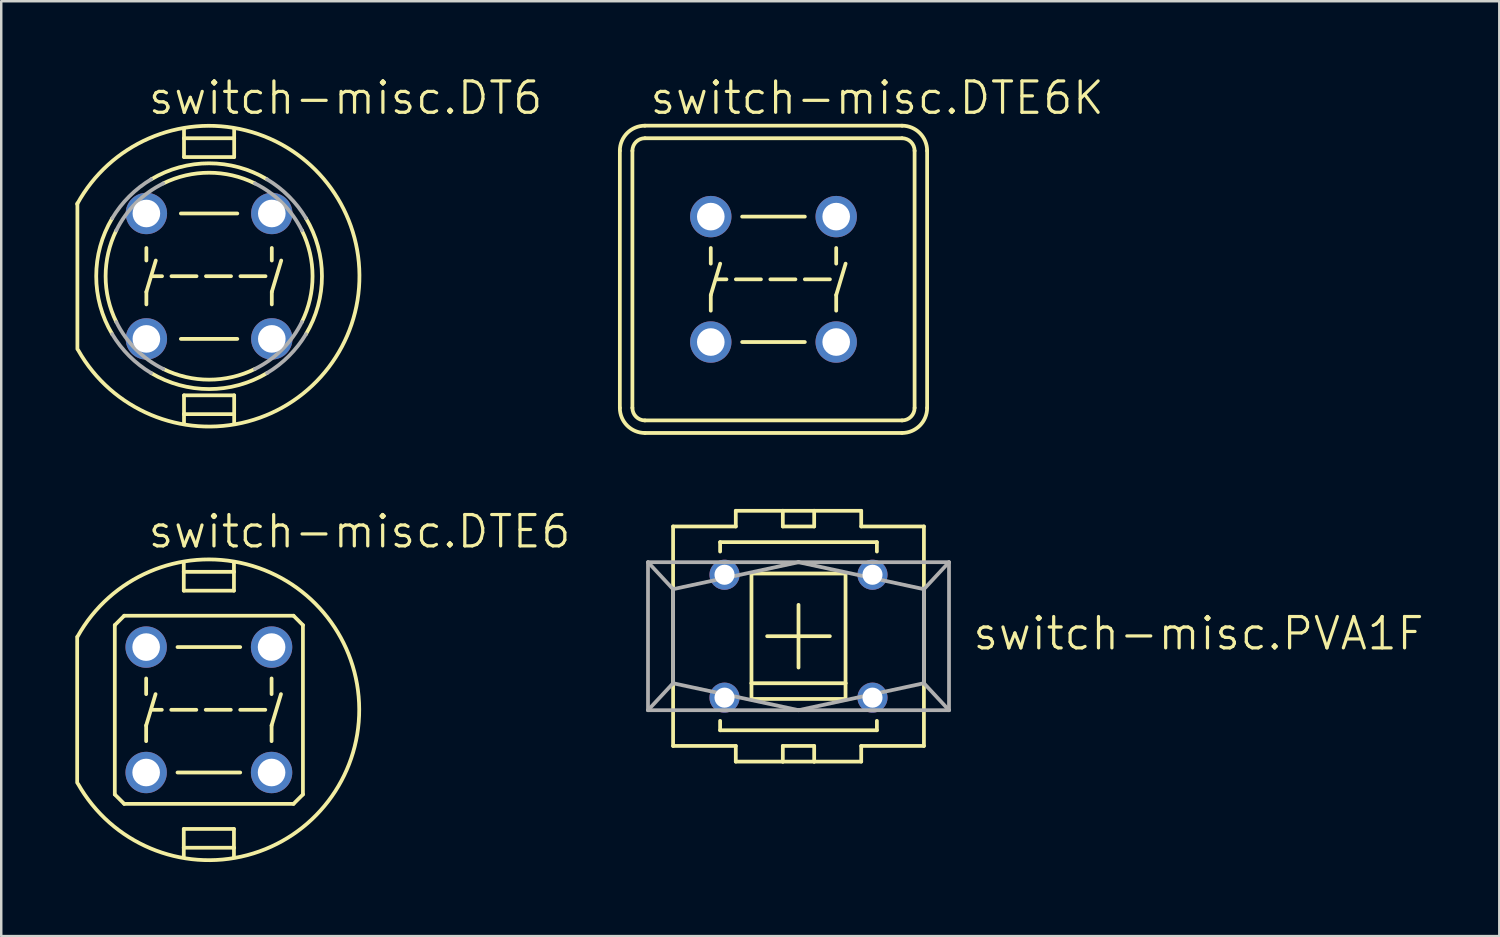
<source format=kicad_pcb>
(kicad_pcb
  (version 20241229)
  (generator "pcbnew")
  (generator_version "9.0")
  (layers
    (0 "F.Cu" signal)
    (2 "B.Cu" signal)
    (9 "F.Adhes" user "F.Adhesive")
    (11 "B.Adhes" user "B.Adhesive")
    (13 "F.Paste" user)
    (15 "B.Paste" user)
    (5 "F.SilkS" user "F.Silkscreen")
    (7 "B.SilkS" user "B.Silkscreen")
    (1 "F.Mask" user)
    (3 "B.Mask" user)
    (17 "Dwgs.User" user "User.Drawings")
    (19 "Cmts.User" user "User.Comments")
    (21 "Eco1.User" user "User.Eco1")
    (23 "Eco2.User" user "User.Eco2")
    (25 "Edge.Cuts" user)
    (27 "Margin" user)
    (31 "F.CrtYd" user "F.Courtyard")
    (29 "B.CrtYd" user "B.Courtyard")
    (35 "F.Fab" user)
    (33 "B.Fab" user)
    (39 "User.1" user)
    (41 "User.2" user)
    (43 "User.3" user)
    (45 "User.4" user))
  (footprint "switch-misc.DTE6"
    (layer "F.Cu")
    (at 5.41 25.7)
    (property "Reference" "switch-misc.DTE6" (at -2.54 -6.477 0) (layer "F.SilkS") (effects (font (size 1.27 1.27) (thickness 0.13)) (justify left bottom)))
    (attr through_hole)
    (fp_line (start -5.334 2.951) (end -5.334 -2.951) (stroke (width 0.152) (type default)) (layer "F.SilkS"))
    (fp_line (start -3.81 -3.429) (end -3.429 -3.81) (stroke (width 0.152) (type default)) (layer "F.SilkS"))
    (fp_line (start -3.81 3.429) (end -3.81 -3.429) (stroke (width 0.152) (type default)) (layer "F.SilkS"))
    (fp_line (start -3.81 3.429) (end -3.429 3.81) (stroke (width 0.152) (type default)) (layer "F.SilkS"))
    (fp_line (start -3.429 -3.81) (end 3.429 -3.81) (stroke (width 0.152) (type default)) (layer "F.SilkS"))
    (fp_line (start -2.54 -1.27) (end -2.54 -0.635) (stroke (width 0.152) (type default)) (layer "F.SilkS"))
    (fp_line (start -2.54 0.635) (end -2.54 1.27) (stroke (width 0.152) (type default)) (layer "F.SilkS"))
    (fp_line (start -2.286 0) (end -1.905 0) (stroke (width 0.152) (type default)) (layer "F.SilkS"))
    (fp_line (start -2.159 -0.635) (end -2.54 0.635) (stroke (width 0.152) (type default)) (layer "F.SilkS"))
    (fp_line (start -1.524 0) (end -0.508 0) (stroke (width 0.152) (type default)) (layer "F.SilkS"))
    (fp_line (start -1.27 -2.54) (end 1.27 -2.54) (stroke (width 0.152) (type default)) (layer "F.SilkS"))
    (fp_line (start -1.27 2.54) (end 1.27 2.54) (stroke (width 0.152) (type default)) (layer "F.SilkS"))
    (fp_line (start -1.016 -5.588) (end -1.016 -5.969) (stroke (width 0.152) (type default)) (layer "F.SilkS"))
    (fp_line (start -1.016 -5.588) (end 1.016 -5.588) (stroke (width 0.152) (type default)) (layer "F.SilkS"))
    (fp_line (start -1.016 -4.826) (end -1.016 -5.588) (stroke (width 0.152) (type default)) (layer "F.SilkS"))
    (fp_line (start -1.016 5.588) (end -1.016 4.826) (stroke (width 0.152) (type default)) (layer "F.SilkS"))
    (fp_line (start -1.016 5.588) (end 1.016 5.588) (stroke (width 0.152) (type default)) (layer "F.SilkS"))
    (fp_line (start -1.016 5.969) (end -1.016 5.588) (stroke (width 0.152) (type default)) (layer "F.SilkS"))
    (fp_line (start -0.127 0) (end 0.889 0) (stroke (width 0.152) (type default)) (layer "F.SilkS"))
    (fp_line (start 1.016 -5.588) (end 1.016 -5.969) (stroke (width 0.152) (type default)) (layer "F.SilkS"))
    (fp_line (start 1.016 -4.826) (end -1.016 -4.826) (stroke (width 0.152) (type default)) (layer "F.SilkS"))
    (fp_line (start 1.016 -4.826) (end 1.016 -5.588) (stroke (width 0.152) (type default)) (layer "F.SilkS"))
    (fp_line (start 1.016 4.826) (end -1.016 4.826) (stroke (width 0.152) (type default)) (layer "F.SilkS"))
    (fp_line (start 1.016 5.588) (end 1.016 4.826) (stroke (width 0.152) (type default)) (layer "F.SilkS"))
    (fp_line (start 1.016 5.969) (end 1.016 5.588) (stroke (width 0.152) (type default)) (layer "F.SilkS"))
    (fp_line (start 1.27 0) (end 2.286 0) (stroke (width 0.152) (type default)) (layer "F.SilkS"))
    (fp_line (start 2.54 -1.27) (end 2.54 -0.635) (stroke (width 0.152) (type default)) (layer "F.SilkS"))
    (fp_line (start 2.54 0.635) (end 2.54 1.27) (stroke (width 0.152) (type default)) (layer "F.SilkS"))
    (fp_line (start 2.921 -0.635) (end 2.54 0.635) (stroke (width 0.152) (type default)) (layer "F.SilkS"))
    (fp_line (start 3.429 -3.81) (end 3.81 -3.429) (stroke (width 0.152) (type default)) (layer "F.SilkS"))
    (fp_line (start 3.429 3.81) (end -3.429 3.81) (stroke (width 0.152) (type default)) (layer "F.SilkS"))
    (fp_line (start 3.81 -3.429) (end 3.81 3.429) (stroke (width 0.152) (type default)) (layer "F.SilkS"))
    (fp_line (start 3.81 3.429) (end 3.429 3.81) (stroke (width 0.152) (type default)) (layer "F.SilkS"))
    (fp_arc (start -5.32087 -2.962826) (mid 6.090111 -0.021316) (end -5.3 3) (stroke (width 0.1524) (type default)) (layer "F.SilkS"))
    (pad "1" thru_hole circle (at -2.54 -2.54) (size 1.676 1.676) (drill 1.118) (layers "*.Cu" "*.Mask"))
    (pad "2" thru_hole circle (at 2.54 -2.54) (size 1.676 1.676) (drill 1.118) (layers "*.Cu" "*.Mask"))
    (pad "3" thru_hole circle (at 2.54 2.54) (size 1.676 1.676) (drill 1.118) (layers "*.Cu" "*.Mask"))
    (pad "4" thru_hole circle (at -2.54 2.54) (size 1.676 1.676) (drill 1.118) (layers "*.Cu" "*.Mask")))
  (footprint "switch-misc.DT6"
    (layer "F.Cu")
    (at 5.419 8.137)
    (property "Reference" "switch-misc.DT6" (at -2.54 -6.477 0) (layer "F.SilkS") (effects (font (size 1.27 1.27) (thickness 0.13)) (justify left bottom)))
    (attr through_hole)
    (fp_line (start -5.334 2.951) (end -5.334 -2.951) (stroke (width 0.152) (type default)) (layer "F.SilkS"))
    (fp_line (start -2.54 -1.143) (end -2.54 -0.635) (stroke (width 0.152) (type default)) (layer "F.SilkS"))
    (fp_line (start -2.54 0.635) (end -2.54 1.143) (stroke (width 0.152) (type default)) (layer "F.SilkS"))
    (fp_line (start -2.286 0) (end -1.905 0) (stroke (width 0.152) (type default)) (layer "F.SilkS"))
    (fp_line (start -2.159 -0.635) (end -2.54 0.635) (stroke (width 0.152) (type default)) (layer "F.SilkS"))
    (fp_line (start -1.524 0) (end -0.508 0) (stroke (width 0.152) (type default)) (layer "F.SilkS"))
    (fp_line (start -1.143 -2.54) (end 1.143 -2.54) (stroke (width 0.152) (type default)) (layer "F.SilkS"))
    (fp_line (start -1.143 2.54) (end 1.143 2.54) (stroke (width 0.152) (type default)) (layer "F.SilkS"))
    (fp_line (start -1.016 -5.588) (end -1.016 -5.969) (stroke (width 0.152) (type default)) (layer "F.SilkS"))
    (fp_line (start -1.016 -5.588) (end 1.016 -5.588) (stroke (width 0.152) (type default)) (layer "F.SilkS"))
    (fp_line (start -1.016 -4.826) (end -1.016 -5.588) (stroke (width 0.152) (type default)) (layer "F.SilkS"))
    (fp_line (start -1.016 5.588) (end -1.016 4.826) (stroke (width 0.152) (type default)) (layer "F.SilkS"))
    (fp_line (start -1.016 5.588) (end 1.016 5.588) (stroke (width 0.152) (type default)) (layer "F.SilkS"))
    (fp_line (start -1.016 5.969) (end -1.016 5.588) (stroke (width 0.152) (type default)) (layer "F.SilkS"))
    (fp_line (start -0.127 0) (end 0.889 0) (stroke (width 0.152) (type default)) (layer "F.SilkS"))
    (fp_line (start 1.016 -5.588) (end 1.016 -5.969) (stroke (width 0.152) (type default)) (layer "F.SilkS"))
    (fp_line (start 1.016 -4.826) (end -1.016 -4.826) (stroke (width 0.152) (type default)) (layer "F.SilkS"))
    (fp_line (start 1.016 -4.826) (end 1.016 -5.588) (stroke (width 0.152) (type default)) (layer "F.SilkS"))
    (fp_line (start 1.016 4.826) (end -1.016 4.826) (stroke (width 0.152) (type default)) (layer "F.SilkS"))
    (fp_line (start 1.016 5.588) (end 1.016 4.826) (stroke (width 0.152) (type default)) (layer "F.SilkS"))
    (fp_line (start 1.016 5.969) (end 1.016 5.588) (stroke (width 0.152) (type default)) (layer "F.SilkS"))
    (fp_line (start 1.27 0) (end 2.286 0) (stroke (width 0.152) (type default)) (layer "F.SilkS"))
    (fp_line (start 2.54 -1.143) (end 2.54 -0.635) (stroke (width 0.152) (type default)) (layer "F.SilkS"))
    (fp_line (start 2.54 0.635) (end 2.54 1.143) (stroke (width 0.152) (type default)) (layer "F.SilkS"))
    (fp_line (start 2.921 -0.635) (end 2.54 0.635) (stroke (width 0.152) (type default)) (layer "F.SilkS"))
    (fp_arc (start -5.342663 -2.923345) (mid 6.08999 -0.043864) (end -5.3 3) (stroke (width 0.1524) (type default)) (layer "F.SilkS"))
    (fp_arc (start -3.9236 2.347) (mid -4.571985 0) (end -3.9236 -2.347) (stroke (width 0.1524) (type default)) (layer "F.SilkS"))
    (fp_arc (start -3.7578 1.8556) (mid -4.19098 0) (end -3.7578 -1.8556) (stroke (width 0.1524) (type default)) (layer "F.SilkS"))
    (fp_arc (start -2.347 -3.9236) (mid 0 -4.571985) (end 2.347 -3.9236) (stroke (width 0.1524) (type default)) (layer "F.SilkS"))
    (fp_arc (start -1.8556 -3.7578) (mid 0 -4.19098) (end 1.8556 -3.7578) (stroke (width 0.1524) (type default)) (layer "F.SilkS"))
    (fp_arc (start 1.8556 3.7578) (mid 0 4.19098) (end -1.8556 3.7578) (stroke (width 0.1524) (type default)) (layer "F.SilkS"))
    (fp_arc (start 2.347 3.9236) (mid 0 4.571985) (end -2.347 3.9236) (stroke (width 0.1524) (type default)) (layer "F.SilkS"))
    (fp_arc (start 3.7578 -1.8556) (mid 4.19098 0) (end 3.7578 1.8556) (stroke (width 0.1524) (type default)) (layer "F.SilkS"))
    (fp_arc (start 3.9236 -2.347) (mid 4.571985 0) (end 3.9236 2.347) (stroke (width 0.1524) (type default)) (layer "F.SilkS"))
    (fp_arc (start -3.9236 -2.347) (mid -3.232882 -3.232882) (end -2.347 -3.9236) (stroke (width 0.1524) (type default)) (layer "F.Fab"))
    (fp_arc (start -3.7578 -1.8556) (mid -2.96347 -2.96347) (end -1.8556 -3.7578) (stroke (width 0.1524) (type default)) (layer "F.Fab"))
    (fp_arc (start -2.347 3.9236) (mid -3.232882 3.232882) (end -3.9236 2.347) (stroke (width 0.1524) (type default)) (layer "F.Fab"))
    (fp_arc (start -1.8556 3.7578) (mid -2.96347 2.96347) (end -3.7578 1.8556) (stroke (width 0.1524) (type default)) (layer "F.Fab"))
    (fp_arc (start 1.8556 -3.7578) (mid 2.96347 -2.96347) (end 3.7578 -1.8556) (stroke (width 0.1524) (type default)) (layer "F.Fab"))
    (fp_arc (start 2.347 -3.9236) (mid 3.232882 -3.232882) (end 3.9236 -2.347) (stroke (width 0.1524) (type default)) (layer "F.Fab"))
    (fp_arc (start 3.7578 1.8556) (mid 2.96347 2.96347) (end 1.8556 3.7578) (stroke (width 0.1524) (type default)) (layer "F.Fab"))
    (fp_arc (start 3.9236 2.347) (mid 3.232882 3.232882) (end 2.347 3.9236) (stroke (width 0.1524) (type default)) (layer "F.Fab"))
    (pad "1" thru_hole circle (at -2.54 -2.54) (size 1.676 1.676) (drill 1.118) (layers "*.Cu" "*.Mask"))
    (pad "2" thru_hole circle (at 2.54 -2.54) (size 1.676 1.676) (drill 1.118) (layers "*.Cu" "*.Mask"))
    (pad "3" thru_hole circle (at 2.54 2.54) (size 1.676 1.676) (drill 1.118) (layers "*.Cu" "*.Mask"))
    (pad "4" thru_hole circle (at -2.54 2.54) (size 1.676 1.676) (drill 1.118) (layers "*.Cu" "*.Mask")))
  (footprint "switch-misc.DTE6K"
    (layer "F.Cu")
    (at 28.28 8.264)
    (property "Reference" "switch-misc.DTE6K" (at -5.08 -6.604 0) (layer "F.SilkS") (effects (font (size 1.27 1.27) (thickness 0.13)) (justify left bottom)))
    (attr through_hole)
    (fp_line (start -6.223 5.207) (end -6.223 -5.207) (stroke (width 0.152) (type default)) (layer "F.SilkS"))
    (fp_line (start -5.715 5.207) (end -5.715 -5.207) (stroke (width 0.152) (type default)) (layer "F.SilkS"))
    (fp_line (start -5.207 -6.223) (end 5.207 -6.223) (stroke (width 0.152) (type default)) (layer "F.SilkS"))
    (fp_line (start -5.207 -5.715) (end 5.207 -5.715) (stroke (width 0.152) (type default)) (layer "F.SilkS"))
    (fp_line (start -2.54 -1.27) (end -2.54 -0.635) (stroke (width 0.152) (type default)) (layer "F.SilkS"))
    (fp_line (start -2.54 0.635) (end -2.54 1.27) (stroke (width 0.152) (type default)) (layer "F.SilkS"))
    (fp_line (start -2.286 0) (end -1.905 0) (stroke (width 0.152) (type default)) (layer "F.SilkS"))
    (fp_line (start -2.159 -0.635) (end -2.54 0.635) (stroke (width 0.152) (type default)) (layer "F.SilkS"))
    (fp_line (start -1.524 0) (end -0.508 0) (stroke (width 0.152) (type default)) (layer "F.SilkS"))
    (fp_line (start -1.27 -2.54) (end 1.27 -2.54) (stroke (width 0.152) (type default)) (layer "F.SilkS"))
    (fp_line (start -1.27 2.54) (end 1.27 2.54) (stroke (width 0.152) (type default)) (layer "F.SilkS"))
    (fp_line (start -0.127 0) (end 0.889 0) (stroke (width 0.152) (type default)) (layer "F.SilkS"))
    (fp_line (start 1.27 0) (end 2.286 0) (stroke (width 0.152) (type default)) (layer "F.SilkS"))
    (fp_line (start 2.54 -1.27) (end 2.54 -0.635) (stroke (width 0.152) (type default)) (layer "F.SilkS"))
    (fp_line (start 2.54 0.635) (end 2.54 1.27) (stroke (width 0.152) (type default)) (layer "F.SilkS"))
    (fp_line (start 2.921 -0.635) (end 2.54 0.635) (stroke (width 0.152) (type default)) (layer "F.SilkS"))
    (fp_line (start 5.207 5.715) (end -5.207 5.715) (stroke (width 0.152) (type default)) (layer "F.SilkS"))
    (fp_line (start 5.207 6.223) (end -5.207 6.223) (stroke (width 0.152) (type default)) (layer "F.SilkS"))
    (fp_line (start 5.715 -5.207) (end 5.715 5.207) (stroke (width 0.152) (type default)) (layer "F.SilkS"))
    (fp_line (start 6.223 -5.207) (end 6.223 5.207) (stroke (width 0.152) (type default)) (layer "F.SilkS"))
    (fp_arc (start -6.223 -5.207) (mid -5.92542 -5.92542) (end -5.207 -6.223) (stroke (width 0.1524) (type default)) (layer "F.SilkS"))
    (fp_arc (start -5.715 -5.207) (mid -5.56621 -5.56621) (end -5.207 -5.715) (stroke (width 0.1524) (type default)) (layer "F.SilkS"))
    (fp_arc (start -5.207 5.715) (mid -5.56621 5.56621) (end -5.715 5.207) (stroke (width 0.1524) (type default)) (layer "F.SilkS"))
    (fp_arc (start -5.207 6.223) (mid -5.92542 5.92542) (end -6.223 5.207) (stroke (width 0.1524) (type default)) (layer "F.SilkS"))
    (fp_arc (start 5.207 -6.223) (mid 5.92542 -5.92542) (end 6.223 -5.207) (stroke (width 0.1524) (type default)) (layer "F.SilkS"))
    (fp_arc (start 5.207 -5.715) (mid 5.56621 -5.56621) (end 5.715 -5.207) (stroke (width 0.1524) (type default)) (layer "F.SilkS"))
    (fp_arc (start 5.715 5.207) (mid 5.56621 5.56621) (end 5.207 5.715) (stroke (width 0.1524) (type default)) (layer "F.SilkS"))
    (fp_arc (start 6.223 5.207) (mid 5.92542 5.92542) (end 5.207 6.223) (stroke (width 0.1524) (type default)) (layer "F.SilkS"))
    (pad "1" thru_hole circle (at -2.54 -2.54) (size 1.676 1.676) (drill 1.118) (layers "*.Cu" "*.Mask"))
    (pad "2" thru_hole circle (at 2.54 -2.54) (size 1.676 1.676) (drill 1.118) (layers "*.Cu" "*.Mask"))
    (pad "3" thru_hole circle (at 2.54 2.54) (size 1.676 1.676) (drill 1.118) (layers "*.Cu" "*.Mask"))
    (pad "4" thru_hole circle (at -2.54 2.54) (size 1.676 1.676) (drill 1.118) (layers "*.Cu" "*.Mask")))
  (footprint "switch-misc.PVA1F"
    (layer "F.Cu")
    (at 29.293 22.719)
    (property "Reference" "switch-misc.PVA1F" (at 6.985 0.635 0) (layer "F.SilkS") (effects (font (size 1.27 1.27) (thickness 0.13)) (justify left bottom)))
    (attr through_hole)
    (fp_line (start -5.08 -4.445) (end -2.54 -4.445) (stroke (width 0.152) (type default)) (layer "F.SilkS"))
    (fp_line (start -5.08 4.445) (end -5.08 -4.445) (stroke (width 0.152) (type default)) (layer "F.SilkS"))
    (fp_line (start -5.08 4.445) (end -2.54 4.445) (stroke (width 0.152) (type default)) (layer "F.SilkS"))
    (fp_line (start -3.175 -3.81) (end -3.175 -3.429) (stroke (width 0.152) (type default)) (layer "F.SilkS"))
    (fp_line (start -3.175 -3.81) (end 3.175 -3.81) (stroke (width 0.152) (type default)) (layer "F.SilkS"))
    (fp_line (start -3.175 3.429) (end -3.175 3.81) (stroke (width 0.152) (type default)) (layer "F.SilkS"))
    (fp_line (start -3.175 3.81) (end 3.175 3.81) (stroke (width 0.152) (type default)) (layer "F.SilkS"))
    (fp_line (start -2.54 -5.08) (end -2.54 -4.445) (stroke (width 0.152) (type default)) (layer "F.SilkS"))
    (fp_line (start -2.54 -5.08) (end -0.635 -5.08) (stroke (width 0.152) (type default)) (layer "F.SilkS"))
    (fp_line (start -2.54 5.08) (end -2.54 4.445) (stroke (width 0.152) (type default)) (layer "F.SilkS"))
    (fp_line (start -1.905 -2.54) (end -1.905 1.905) (stroke (width 0.152) (type default)) (layer "F.SilkS"))
    (fp_line (start -1.905 1.905) (end -1.905 2.54) (stroke (width 0.152) (type default)) (layer "F.SilkS"))
    (fp_line (start -1.905 1.905) (end 1.905 1.905) (stroke (width 0.152) (type default)) (layer "F.SilkS"))
    (fp_line (start -1.905 2.54) (end 1.905 2.54) (stroke (width 0.152) (type default)) (layer "F.SilkS"))
    (fp_line (start -1.27 0) (end 1.27 0) (stroke (width 0.152) (type default)) (layer "F.SilkS"))
    (fp_line (start -0.635 -5.08) (end -0.635 -4.445) (stroke (width 0.152) (type default)) (layer "F.SilkS"))
    (fp_line (start -0.635 -5.08) (end 0.635 -5.08) (stroke (width 0.152) (type default)) (layer "F.SilkS"))
    (fp_line (start -0.635 -4.445) (end 0.635 -4.445) (stroke (width 0.152) (type default)) (layer "F.SilkS"))
    (fp_line (start -0.635 4.445) (end 0.635 4.445) (stroke (width 0.152) (type default)) (layer "F.SilkS"))
    (fp_line (start -0.635 5.08) (end -2.54 5.08) (stroke (width 0.152) (type default)) (layer "F.SilkS"))
    (fp_line (start -0.635 5.08) (end -0.635 4.445) (stroke (width 0.152) (type default)) (layer "F.SilkS"))
    (fp_line (start 0 1.27) (end 0 -1.27) (stroke (width 0.152) (type default)) (layer "F.SilkS"))
    (fp_line (start 0.635 -5.08) (end 2.54 -5.08) (stroke (width 0.152) (type default)) (layer "F.SilkS"))
    (fp_line (start 0.635 -4.445) (end 0.635 -5.08) (stroke (width 0.152) (type default)) (layer "F.SilkS"))
    (fp_line (start 0.635 4.445) (end 0.635 5.08) (stroke (width 0.152) (type default)) (layer "F.SilkS"))
    (fp_line (start 0.635 5.08) (end -0.635 5.08) (stroke (width 0.152) (type default)) (layer "F.SilkS"))
    (fp_line (start 1.905 -2.54) (end -1.905 -2.54) (stroke (width 0.152) (type default)) (layer "F.SilkS"))
    (fp_line (start 1.905 1.905) (end 1.905 -2.54) (stroke (width 0.152) (type default)) (layer "F.SilkS"))
    (fp_line (start 1.905 2.54) (end 1.905 1.905) (stroke (width 0.152) (type default)) (layer "F.SilkS"))
    (fp_line (start 2.54 -5.08) (end 2.54 -4.445) (stroke (width 0.152) (type default)) (layer "F.SilkS"))
    (fp_line (start 2.54 5.08) (end 0.635 5.08) (stroke (width 0.152) (type default)) (layer "F.SilkS"))
    (fp_line (start 2.54 5.08) (end 2.54 4.445) (stroke (width 0.152) (type default)) (layer "F.SilkS"))
    (fp_line (start 3.175 -3.81) (end 3.175 -3.429) (stroke (width 0.152) (type default)) (layer "F.SilkS"))
    (fp_line (start 3.175 3.429) (end 3.175 3.81) (stroke (width 0.152) (type default)) (layer "F.SilkS"))
    (fp_line (start 5.08 -4.445) (end 2.54 -4.445) (stroke (width 0.152) (type default)) (layer "F.SilkS"))
    (fp_line (start 5.08 -4.445) (end 5.08 4.445) (stroke (width 0.152) (type default)) (layer "F.SilkS"))
    (fp_line (start 5.08 4.445) (end 2.54 4.445) (stroke (width 0.152) (type default)) (layer "F.SilkS"))
    (fp_line (start -6.096 2.997) (end -6.096 -2.997) (stroke (width 0.152) (type default)) (layer "F.Fab"))
    (fp_line (start -6.096 2.997) (end 0 2.997) (stroke (width 0.152) (type default)) (layer "F.Fab"))
    (fp_line (start -5.08 -1.905) (end -6.096 -2.997) (stroke (width 0.152) (type default)) (layer "F.Fab"))
    (fp_line (start -5.08 -1.905) (end 0 -2.997) (stroke (width 0.152) (type default)) (layer "F.Fab"))
    (fp_line (start -5.08 1.905) (end -6.096 2.997) (stroke (width 0.152) (type default)) (layer "F.Fab"))
    (fp_line (start -5.08 1.905) (end -5.08 -1.905) (stroke (width 0.152) (type default)) (layer "F.Fab"))
    (fp_line (start 0 -2.997) (end -6.096 -2.997) (stroke (width 0.152) (type default)) (layer "F.Fab"))
    (fp_line (start 0 -2.997) (end 5.08 -1.905) (stroke (width 0.152) (type default)) (layer "F.Fab"))
    (fp_line (start 0 2.997) (end -5.08 1.905) (stroke (width 0.152) (type default)) (layer "F.Fab"))
    (fp_line (start 0 2.997) (end 6.096 2.997) (stroke (width 0.152) (type default)) (layer "F.Fab"))
    (fp_line (start 5.08 -1.905) (end 6.096 -2.997) (stroke (width 0.152) (type default)) (layer "F.Fab"))
    (fp_line (start 5.08 1.905) (end 0 2.997) (stroke (width 0.152) (type default)) (layer "F.Fab"))
    (fp_line (start 5.08 1.905) (end 5.08 -1.905) (stroke (width 0.152) (type default)) (layer "F.Fab"))
    (fp_line (start 5.08 1.905) (end 6.096 2.997) (stroke (width 0.152) (type default)) (layer "F.Fab"))
    (fp_line (start 6.096 -2.997) (end 0 -2.997) (stroke (width 0.152) (type default)) (layer "F.Fab"))
    (fp_line (start 6.096 -2.997) (end 6.096 2.997) (stroke (width 0.152) (type default)) (layer "F.Fab"))
    (pad "1" thru_hole circle (at -2.997 -2.489) (size 1.219 1.219) (drill 0.813) (layers "*.Cu" "*.Mask"))
    (pad "2" thru_hole circle (at -2.997 2.489) (size 1.219 1.219) (drill 0.813) (layers "*.Cu" "*.Mask"))
    (pad "3" thru_hole circle (at 2.997 -2.489) (size 1.219 1.219) (drill 0.813) (layers "*.Cu" "*.Mask"))
    (pad "4" thru_hole circle (at 2.997 2.489) (size 1.219 1.219) (drill 0.813) (layers "*.Cu" "*.Mask")))
  (gr_rect
    (start -3 -3)
    (end 57.678 34.867)
    (stroke (width 0.1) (type default))
    (fill no)
    (layer "Edge.Cuts")))
</source>
